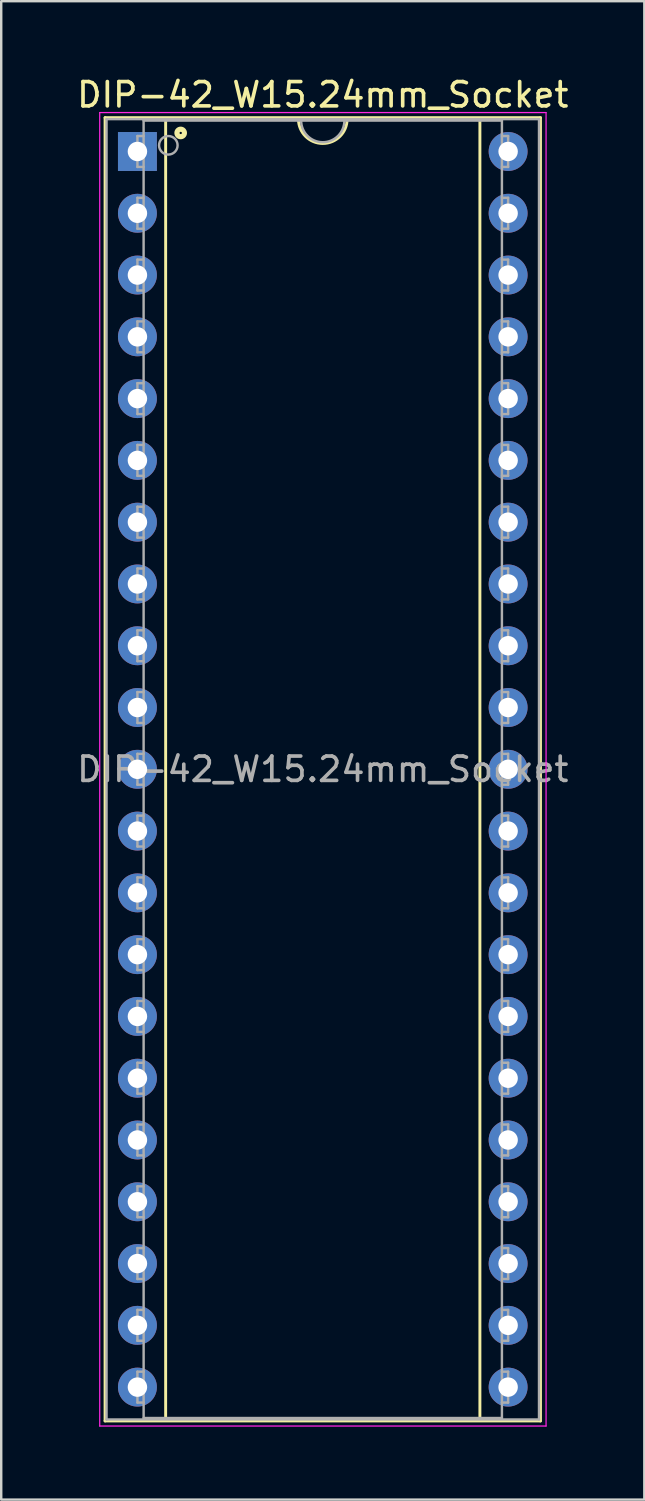
<source format=kicad_pcb>
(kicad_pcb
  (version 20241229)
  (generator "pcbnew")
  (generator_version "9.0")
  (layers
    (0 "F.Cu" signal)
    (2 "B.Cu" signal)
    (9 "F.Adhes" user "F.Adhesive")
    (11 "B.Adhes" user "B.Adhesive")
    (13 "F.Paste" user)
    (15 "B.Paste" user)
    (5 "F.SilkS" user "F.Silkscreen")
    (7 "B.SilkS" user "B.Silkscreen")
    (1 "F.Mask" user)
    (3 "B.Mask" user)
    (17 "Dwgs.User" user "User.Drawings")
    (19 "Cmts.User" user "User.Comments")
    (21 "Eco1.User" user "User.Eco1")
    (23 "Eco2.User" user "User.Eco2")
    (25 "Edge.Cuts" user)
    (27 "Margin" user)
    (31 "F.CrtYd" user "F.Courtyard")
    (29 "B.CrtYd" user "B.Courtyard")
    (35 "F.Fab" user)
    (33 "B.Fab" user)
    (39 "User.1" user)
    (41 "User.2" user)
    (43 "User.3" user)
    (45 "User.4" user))
  (footprint "DIP-42_W15.24mm_Socket"
    (layer "F.Cu")
    (at 2.6 3.178)
    (property "Reference" "DIP-42_W15.24mm_Socket" (at 7.62 -2.33 0) (layer "F.SilkS") (effects (font (size 1 1) (thickness 0.15))))
    (attr through_hole)
    (fp_line (start -1.33 -1.39) (end -1.33 52.19) (stroke (width 0.12) (type solid)) (layer "F.SilkS"))
    (fp_line (start -1.33 52.19) (end 16.57 52.19) (stroke (width 0.12) (type solid)) (layer "F.SilkS"))
    (fp_line (start 1.16 -1.33) (end 1.16 52.13) (stroke (width 0.12) (type solid)) (layer "F.SilkS"))
    (fp_line (start 1.16 52.13) (end 14.08 52.13) (stroke (width 0.12) (type solid)) (layer "F.SilkS"))
    (fp_line (start 6.62 -1.33) (end 1.16 -1.33) (stroke (width 0.12) (type solid)) (layer "F.SilkS"))
    (fp_line (start 14.08 -1.33) (end 8.62 -1.33) (stroke (width 0.12) (type solid)) (layer "F.SilkS"))
    (fp_line (start 14.08 52.13) (end 14.08 -1.33) (stroke (width 0.12) (type solid)) (layer "F.SilkS"))
    (fp_line (start 16.57 -1.39) (end -1.33 -1.39) (stroke (width 0.12) (type solid)) (layer "F.SilkS"))
    (fp_line (start 16.57 52.19) (end 16.57 -1.39) (stroke (width 0.12) (type solid)) (layer "F.SilkS"))
    (fp_arc (start 8.62 -1.33) (mid 7.62 -0.33) (end 6.62 -1.33) (stroke (width 0.12) (type solid)) (layer "F.SilkS"))
    (fp_circle (center 1.778 -0.762) (end 1.828 -0.762) (stroke (width 0.12) (type solid)) (fill no) (layer "F.SilkS"))
    (fp_circle (center 1.778 -0.762) (end 1.903 -0.762) (stroke (width 0.12) (type solid)) (fill no) (layer "F.SilkS"))
    (fp_circle (center 1.778 -0.762) (end 1.978 -0.762) (stroke (width 0.12) (type solid)) (fill no) (layer "F.SilkS"))
    (fp_line (start -1.55 -1.6) (end -1.55 52.4) (stroke (width 0.05) (type solid)) (layer "F.CrtYd"))
    (fp_line (start -1.55 52.4) (end 16.8 52.4) (stroke (width 0.05) (type solid)) (layer "F.CrtYd"))
    (fp_line (start 16.8 -1.6) (end -1.55 -1.6) (stroke (width 0.05) (type solid)) (layer "F.CrtYd"))
    (fp_line (start 16.8 52.4) (end 16.8 -1.6) (stroke (width 0.05) (type solid)) (layer "F.CrtYd"))
    (fp_line (start -1.27 -1.33) (end -1.27 52.13) (stroke (width 0.1) (type solid)) (layer "F.Fab"))
    (fp_line (start -1.27 52.13) (end 16.51 52.13) (stroke (width 0.1) (type solid)) (layer "F.Fab"))
    (fp_line (start 0 -0.635) (end 0 0.635) (stroke (width 0.1) (type solid)) (layer "F.Fab"))
    (fp_line (start 0 -0.635) (end 0.254 -0.635) (stroke (width 0.1) (type solid)) (layer "F.Fab"))
    (fp_line (start 0 0.635) (end 0.254 0.635) (stroke (width 0.1) (type solid)) (layer "F.Fab"))
    (fp_line (start 0 1.905) (end 0 3.175) (stroke (width 0.1) (type solid)) (layer "F.Fab"))
    (fp_line (start 0 1.905) (end 0.254 1.905) (stroke (width 0.1) (type solid)) (layer "F.Fab"))
    (fp_line (start 0 3.175) (end 0.254 3.175) (stroke (width 0.1) (type solid)) (layer "F.Fab"))
    (fp_line (start 0 4.445) (end 0 5.715) (stroke (width 0.1) (type solid)) (layer "F.Fab"))
    (fp_line (start 0 4.445) (end 0.254 4.445) (stroke (width 0.1) (type solid)) (layer "F.Fab"))
    (fp_line (start 0 5.715) (end 0.254 5.715) (stroke (width 0.1) (type solid)) (layer "F.Fab"))
    (fp_line (start 0 6.985) (end 0 8.255) (stroke (width 0.1) (type solid)) (layer "F.Fab"))
    (fp_line (start 0 6.985) (end 0.254 6.985) (stroke (width 0.1) (type solid)) (layer "F.Fab"))
    (fp_line (start 0 8.255) (end 0.254 8.255) (stroke (width 0.1) (type solid)) (layer "F.Fab"))
    (fp_line (start 0 9.525) (end 0 10.795) (stroke (width 0.1) (type solid)) (layer "F.Fab"))
    (fp_line (start 0 9.525) (end 0.254 9.525) (stroke (width 0.1) (type solid)) (layer "F.Fab"))
    (fp_line (start 0 10.795) (end 0.254 10.795) (stroke (width 0.1) (type solid)) (layer "F.Fab"))
    (fp_line (start 0 12.065) (end 0 13.335) (stroke (width 0.1) (type solid)) (layer "F.Fab"))
    (fp_line (start 0 12.065) (end 0.254 12.065) (stroke (width 0.1) (type solid)) (layer "F.Fab"))
    (fp_line (start 0 13.335) (end 0.254 13.335) (stroke (width 0.1) (type solid)) (layer "F.Fab"))
    (fp_line (start 0 14.605) (end 0 15.875) (stroke (width 0.1) (type solid)) (layer "F.Fab"))
    (fp_line (start 0 14.605) (end 0.254 14.605) (stroke (width 0.1) (type solid)) (layer "F.Fab"))
    (fp_line (start 0 15.875) (end 0.254 15.875) (stroke (width 0.1) (type solid)) (layer "F.Fab"))
    (fp_line (start 0 17.145) (end 0 18.415) (stroke (width 0.1) (type solid)) (layer "F.Fab"))
    (fp_line (start 0 17.145) (end 0.254 17.145) (stroke (width 0.1) (type solid)) (layer "F.Fab"))
    (fp_line (start 0 18.415) (end 0.254 18.415) (stroke (width 0.1) (type solid)) (layer "F.Fab"))
    (fp_line (start 0 19.685) (end 0 20.955) (stroke (width 0.1) (type solid)) (layer "F.Fab"))
    (fp_line (start 0 19.685) (end 0.254 19.685) (stroke (width 0.1) (type solid)) (layer "F.Fab"))
    (fp_line (start 0 20.955) (end 0.254 20.955) (stroke (width 0.1) (type solid)) (layer "F.Fab"))
    (fp_line (start 0 22.225) (end 0 23.495) (stroke (width 0.1) (type solid)) (layer "F.Fab"))
    (fp_line (start 0 22.225) (end 0.254 22.225) (stroke (width 0.1) (type solid)) (layer "F.Fab"))
    (fp_line (start 0 23.495) (end 0.254 23.495) (stroke (width 0.1) (type solid)) (layer "F.Fab"))
    (fp_line (start 0 24.765) (end 0 26.035) (stroke (width 0.1) (type solid)) (layer "F.Fab"))
    (fp_line (start 0 24.765) (end 0.254 24.765) (stroke (width 0.1) (type solid)) (layer "F.Fab"))
    (fp_line (start 0 26.035) (end 0.254 26.035) (stroke (width 0.1) (type solid)) (layer "F.Fab"))
    (fp_line (start 0 27.305) (end 0 28.575) (stroke (width 0.1) (type solid)) (layer "F.Fab"))
    (fp_line (start 0 27.305) (end 0.254 27.305) (stroke (width 0.1) (type solid)) (layer "F.Fab"))
    (fp_line (start 0 28.575) (end 0.254 28.575) (stroke (width 0.1) (type solid)) (layer "F.Fab"))
    (fp_line (start 0 29.845) (end 0 31.115) (stroke (width 0.1) (type solid)) (layer "F.Fab"))
    (fp_line (start 0 29.845) (end 0.254 29.845) (stroke (width 0.1) (type solid)) (layer "F.Fab"))
    (fp_line (start 0 31.115) (end 0.254 31.115) (stroke (width 0.1) (type solid)) (layer "F.Fab"))
    (fp_line (start 0 32.385) (end 0 33.655) (stroke (width 0.1) (type solid)) (layer "F.Fab"))
    (fp_line (start 0 32.385) (end 0.254 32.385) (stroke (width 0.1) (type solid)) (layer "F.Fab"))
    (fp_line (start 0 33.655) (end 0.254 33.655) (stroke (width 0.1) (type solid)) (layer "F.Fab"))
    (fp_line (start 0 34.925) (end 0 36.195) (stroke (width 0.1) (type solid)) (layer "F.Fab"))
    (fp_line (start 0 34.925) (end 0.254 34.925) (stroke (width 0.1) (type solid)) (layer "F.Fab"))
    (fp_line (start 0 36.195) (end 0.254 36.195) (stroke (width 0.1) (type solid)) (layer "F.Fab"))
    (fp_line (start 0 37.465) (end 0 38.735) (stroke (width 0.1) (type solid)) (layer "F.Fab"))
    (fp_line (start 0 37.465) (end 0.254 37.465) (stroke (width 0.1) (type solid)) (layer "F.Fab"))
    (fp_line (start 0 38.735) (end 0.254 38.735) (stroke (width 0.1) (type solid)) (layer "F.Fab"))
    (fp_line (start 0 40.005) (end 0 41.275) (stroke (width 0.1) (type solid)) (layer "F.Fab"))
    (fp_line (start 0 40.005) (end 0.254 40.005) (stroke (width 0.1) (type solid)) (layer "F.Fab"))
    (fp_line (start 0 41.275) (end 0.254 41.275) (stroke (width 0.1) (type solid)) (layer "F.Fab"))
    (fp_line (start 0 42.545) (end 0 43.815) (stroke (width 0.1) (type solid)) (layer "F.Fab"))
    (fp_line (start 0 42.545) (end 0.254 42.545) (stroke (width 0.1) (type solid)) (layer "F.Fab"))
    (fp_line (start 0 43.815) (end 0.254 43.815) (stroke (width 0.1) (type solid)) (layer "F.Fab"))
    (fp_line (start 0 45.085) (end 0 46.355) (stroke (width 0.1) (type solid)) (layer "F.Fab"))
    (fp_line (start 0 45.085) (end 0.254 45.085) (stroke (width 0.1) (type solid)) (layer "F.Fab"))
    (fp_line (start 0 46.355) (end 0.254 46.355) (stroke (width 0.1) (type solid)) (layer "F.Fab"))
    (fp_line (start 0 47.625) (end 0 48.895) (stroke (width 0.1) (type solid)) (layer "F.Fab"))
    (fp_line (start 0 47.625) (end 0.254 47.625) (stroke (width 0.1) (type solid)) (layer "F.Fab"))
    (fp_line (start 0 48.895) (end 0.254 48.895) (stroke (width 0.1) (type solid)) (layer "F.Fab"))
    (fp_line (start 0 50.165) (end 0 51.435) (stroke (width 0.1) (type solid)) (layer "F.Fab"))
    (fp_line (start 0 50.165) (end 0.254 50.165) (stroke (width 0.1) (type solid)) (layer "F.Fab"))
    (fp_line (start 0 51.435) (end 0.254 51.435) (stroke (width 0.1) (type solid)) (layer "F.Fab"))
    (fp_line (start 0.254 -1.27) (end 14.985 -1.27) (stroke (width 0.1) (type solid)) (layer "F.Fab"))
    (fp_line (start 0.255 52.07) (end 0.254 -1.27) (stroke (width 0.1) (type solid)) (layer "F.Fab"))
    (fp_line (start 14.985 -1.27) (end 14.985 52.07) (stroke (width 0.1) (type solid)) (layer "F.Fab"))
    (fp_line (start 14.985 52.07) (end 0.255 52.07) (stroke (width 0.1) (type solid)) (layer "F.Fab"))
    (fp_line (start 15.24 -0.635) (end 14.986 -0.635) (stroke (width 0.1) (type solid)) (layer "F.Fab"))
    (fp_line (start 15.24 0.635) (end 14.986 0.635) (stroke (width 0.1) (type solid)) (layer "F.Fab"))
    (fp_line (start 15.24 0.635) (end 15.24 -0.635) (stroke (width 0.1) (type solid)) (layer "F.Fab"))
    (fp_line (start 15.24 1.905) (end 14.986 1.905) (stroke (width 0.1) (type solid)) (layer "F.Fab"))
    (fp_line (start 15.24 3.175) (end 14.986 3.175) (stroke (width 0.1) (type solid)) (layer "F.Fab"))
    (fp_line (start 15.24 3.175) (end 15.24 1.905) (stroke (width 0.1) (type solid)) (layer "F.Fab"))
    (fp_line (start 15.24 4.445) (end 14.986 4.445) (stroke (width 0.1) (type solid)) (layer "F.Fab"))
    (fp_line (start 15.24 5.715) (end 14.986 5.715) (stroke (width 0.1) (type solid)) (layer "F.Fab"))
    (fp_line (start 15.24 5.715) (end 15.24 4.445) (stroke (width 0.1) (type solid)) (layer "F.Fab"))
    (fp_line (start 15.24 6.985) (end 14.986 6.985) (stroke (width 0.1) (type solid)) (layer "F.Fab"))
    (fp_line (start 15.24 8.255) (end 14.986 8.255) (stroke (width 0.1) (type solid)) (layer "F.Fab"))
    (fp_line (start 15.24 8.255) (end 15.24 6.985) (stroke (width 0.1) (type solid)) (layer "F.Fab"))
    (fp_line (start 15.24 9.525) (end 14.986 9.525) (stroke (width 0.1) (type solid)) (layer "F.Fab"))
    (fp_line (start 15.24 10.795) (end 14.986 10.795) (stroke (width 0.1) (type solid)) (layer "F.Fab"))
    (fp_line (start 15.24 10.795) (end 15.24 9.525) (stroke (width 0.1) (type solid)) (layer "F.Fab"))
    (fp_line (start 15.24 12.065) (end 14.986 12.065) (stroke (width 0.1) (type solid)) (layer "F.Fab"))
    (fp_line (start 15.24 13.335) (end 14.986 13.335) (stroke (width 0.1) (type solid)) (layer "F.Fab"))
    (fp_line (start 15.24 13.335) (end 15.24 12.065) (stroke (width 0.1) (type solid)) (layer "F.Fab"))
    (fp_line (start 15.24 14.605) (end 14.986 14.605) (stroke (width 0.1) (type solid)) (layer "F.Fab"))
    (fp_line (start 15.24 15.875) (end 14.986 15.875) (stroke (width 0.1) (type solid)) (layer "F.Fab"))
    (fp_line (start 15.24 15.875) (end 15.24 14.605) (stroke (width 0.1) (type solid)) (layer "F.Fab"))
    (fp_line (start 15.24 17.145) (end 14.986 17.145) (stroke (width 0.1) (type solid)) (layer "F.Fab"))
    (fp_line (start 15.24 18.415) (end 14.986 18.415) (stroke (width 0.1) (type solid)) (layer "F.Fab"))
    (fp_line (start 15.24 18.415) (end 15.24 17.145) (stroke (width 0.1) (type solid)) (layer "F.Fab"))
    (fp_line (start 15.24 19.685) (end 14.986 19.685) (stroke (width 0.1) (type solid)) (layer "F.Fab"))
    (fp_line (start 15.24 20.955) (end 14.986 20.955) (stroke (width 0.1) (type solid)) (layer "F.Fab"))
    (fp_line (start 15.24 20.955) (end 15.24 19.685) (stroke (width 0.1) (type solid)) (layer "F.Fab"))
    (fp_line (start 15.24 22.225) (end 14.986 22.225) (stroke (width 0.1) (type solid)) (layer "F.Fab"))
    (fp_line (start 15.24 23.495) (end 14.986 23.495) (stroke (width 0.1) (type solid)) (layer "F.Fab"))
    (fp_line (start 15.24 23.495) (end 15.24 22.225) (stroke (width 0.1) (type solid)) (layer "F.Fab"))
    (fp_line (start 15.24 24.765) (end 14.986 24.765) (stroke (width 0.1) (type solid)) (layer "F.Fab"))
    (fp_line (start 15.24 26.035) (end 14.986 26.035) (stroke (width 0.1) (type solid)) (layer "F.Fab"))
    (fp_line (start 15.24 26.035) (end 15.24 24.765) (stroke (width 0.1) (type solid)) (layer "F.Fab"))
    (fp_line (start 15.24 27.305) (end 14.986 27.305) (stroke (width 0.1) (type solid)) (layer "F.Fab"))
    (fp_line (start 15.24 28.575) (end 14.986 28.575) (stroke (width 0.1) (type solid)) (layer "F.Fab"))
    (fp_line (start 15.24 28.575) (end 15.24 27.305) (stroke (width 0.1) (type solid)) (layer "F.Fab"))
    (fp_line (start 15.24 29.845) (end 14.986 29.845) (stroke (width 0.1) (type solid)) (layer "F.Fab"))
    (fp_line (start 15.24 31.115) (end 14.986 31.115) (stroke (width 0.1) (type solid)) (layer "F.Fab"))
    (fp_line (start 15.24 31.115) (end 15.24 29.845) (stroke (width 0.1) (type solid)) (layer "F.Fab"))
    (fp_line (start 15.24 32.385) (end 14.986 32.385) (stroke (width 0.1) (type solid)) (layer "F.Fab"))
    (fp_line (start 15.24 33.655) (end 14.986 33.655) (stroke (width 0.1) (type solid)) (layer "F.Fab"))
    (fp_line (start 15.24 33.655) (end 15.24 32.385) (stroke (width 0.1) (type solid)) (layer "F.Fab"))
    (fp_line (start 15.24 34.925) (end 14.986 34.925) (stroke (width 0.1) (type solid)) (layer "F.Fab"))
    (fp_line (start 15.24 36.195) (end 14.986 36.195) (stroke (width 0.1) (type solid)) (layer "F.Fab"))
    (fp_line (start 15.24 36.195) (end 15.24 34.925) (stroke (width 0.1) (type solid)) (layer "F.Fab"))
    (fp_line (start 15.24 37.465) (end 14.986 37.465) (stroke (width 0.1) (type solid)) (layer "F.Fab"))
    (fp_line (start 15.24 38.735) (end 14.986 38.735) (stroke (width 0.1) (type solid)) (layer "F.Fab"))
    (fp_line (start 15.24 38.735) (end 15.24 37.465) (stroke (width 0.1) (type solid)) (layer "F.Fab"))
    (fp_line (start 15.24 40.005) (end 14.986 40.005) (stroke (width 0.1) (type solid)) (layer "F.Fab"))
    (fp_line (start 15.24 41.275) (end 14.986 41.275) (stroke (width 0.1) (type solid)) (layer "F.Fab"))
    (fp_line (start 15.24 41.275) (end 15.24 40.005) (stroke (width 0.1) (type solid)) (layer "F.Fab"))
    (fp_line (start 15.24 42.545) (end 14.986 42.545) (stroke (width 0.1) (type solid)) (layer "F.Fab"))
    (fp_line (start 15.24 43.815) (end 14.986 43.815) (stroke (width 0.1) (type solid)) (layer "F.Fab"))
    (fp_line (start 15.24 43.815) (end 15.24 42.545) (stroke (width 0.1) (type solid)) (layer "F.Fab"))
    (fp_line (start 15.24 45.085) (end 14.986 45.085) (stroke (width 0.1) (type solid)) (layer "F.Fab"))
    (fp_line (start 15.24 46.355) (end 14.986 46.355) (stroke (width 0.1) (type solid)) (layer "F.Fab"))
    (fp_line (start 15.24 46.355) (end 15.24 45.085) (stroke (width 0.1) (type solid)) (layer "F.Fab"))
    (fp_line (start 15.24 47.625) (end 14.986 47.625) (stroke (width 0.1) (type solid)) (layer "F.Fab"))
    (fp_line (start 15.24 48.895) (end 14.986 48.895) (stroke (width 0.1) (type solid)) (layer "F.Fab"))
    (fp_line (start 15.24 48.895) (end 15.24 47.625) (stroke (width 0.1) (type solid)) (layer "F.Fab"))
    (fp_line (start 15.24 50.165) (end 14.986 50.165) (stroke (width 0.1) (type solid)) (layer "F.Fab"))
    (fp_line (start 15.24 51.435) (end 14.986 51.435) (stroke (width 0.1) (type solid)) (layer "F.Fab"))
    (fp_line (start 15.24 51.435) (end 15.24 50.165) (stroke (width 0.1) (type solid)) (layer "F.Fab"))
    (fp_line (start 16.51 -1.33) (end -1.27 -1.33) (stroke (width 0.1) (type solid)) (layer "F.Fab"))
    (fp_line (start 16.51 52.13) (end 16.51 -1.33) (stroke (width 0.1) (type solid)) (layer "F.Fab"))
    (fp_arc (start 8.509 -1.27) (mid 7.62 -0.381) (end 6.731 -1.27) (stroke (width 0.1) (type solid)) (layer "F.Fab"))
    (fp_circle (center 1.27 -0.254) (end 1.651 -0.254) (stroke (width 0.1) (type solid)) (fill no) (layer "F.Fab"))
    (fp_text user "${REFERENCE}" (at 7.62 25.4 0) (layer "F.Fab") (effects (font (size 1 1) (thickness 0.15))))
    (pad "1" thru_hole rect (at 0 0) (size 1.6 1.6) (drill 0.8) (layers "*.Cu" "*.Mask"))
    (pad "2" thru_hole oval (at 0 2.54) (size 1.6 1.6) (drill 0.8) (layers "*.Cu" "*.Mask"))
    (pad "3" thru_hole oval (at 0 5.08) (size 1.6 1.6) (drill 0.8) (layers "*.Cu" "*.Mask"))
    (pad "4" thru_hole oval (at 0 7.62) (size 1.6 1.6) (drill 0.8) (layers "*.Cu" "*.Mask"))
    (pad "5" thru_hole oval (at 0 10.16) (size 1.6 1.6) (drill 0.8) (layers "*.Cu" "*.Mask"))
    (pad "6" thru_hole oval (at 0 12.7) (size 1.6 1.6) (drill 0.8) (layers "*.Cu" "*.Mask"))
    (pad "7" thru_hole oval (at 0 15.24) (size 1.6 1.6) (drill 0.8) (layers "*.Cu" "*.Mask"))
    (pad "8" thru_hole oval (at 0 17.78) (size 1.6 1.6) (drill 0.8) (layers "*.Cu" "*.Mask"))
    (pad "9" thru_hole oval (at 0 20.32) (size 1.6 1.6) (drill 0.8) (layers "*.Cu" "*.Mask"))
    (pad "10" thru_hole oval (at 0 22.86) (size 1.6 1.6) (drill 0.8) (layers "*.Cu" "*.Mask"))
    (pad "11" thru_hole oval (at 0 25.4) (size 1.6 1.6) (drill 0.8) (layers "*.Cu" "*.Mask"))
    (pad "12" thru_hole oval (at 0 27.94) (size 1.6 1.6) (drill 0.8) (layers "*.Cu" "*.Mask"))
    (pad "13" thru_hole oval (at 0 30.48) (size 1.6 1.6) (drill 0.8) (layers "*.Cu" "*.Mask"))
    (pad "14" thru_hole oval (at 0 33.02) (size 1.6 1.6) (drill 0.8) (layers "*.Cu" "*.Mask"))
    (pad "15" thru_hole oval (at 0 35.56) (size 1.6 1.6) (drill 0.8) (layers "*.Cu" "*.Mask"))
    (pad "16" thru_hole oval (at 0 38.1) (size 1.6 1.6) (drill 0.8) (layers "*.Cu" "*.Mask"))
    (pad "17" thru_hole oval (at 0 40.64) (size 1.6 1.6) (drill 0.8) (layers "*.Cu" "*.Mask"))
    (pad "18" thru_hole oval (at 0 43.18) (size 1.6 1.6) (drill 0.8) (layers "*.Cu" "*.Mask"))
    (pad "19" thru_hole oval (at 0 45.72) (size 1.6 1.6) (drill 0.8) (layers "*.Cu" "*.Mask"))
    (pad "20" thru_hole oval (at 0 48.26) (size 1.6 1.6) (drill 0.8) (layers "*.Cu" "*.Mask"))
    (pad "21" thru_hole oval (at 0 50.8) (size 1.6 1.6) (drill 0.8) (layers "*.Cu" "*.Mask"))
    (pad "22" thru_hole oval (at 15.24 50.8) (size 1.6 1.6) (drill 0.8) (layers "*.Cu" "*.Mask"))
    (pad "23" thru_hole oval (at 15.24 48.26) (size 1.6 1.6) (drill 0.8) (layers "*.Cu" "*.Mask"))
    (pad "24" thru_hole oval (at 15.24 45.72) (size 1.6 1.6) (drill 0.8) (layers "*.Cu" "*.Mask"))
    (pad "25" thru_hole oval (at 15.24 43.18) (size 1.6 1.6) (drill 0.8) (layers "*.Cu" "*.Mask"))
    (pad "26" thru_hole oval (at 15.24 40.64) (size 1.6 1.6) (drill 0.8) (layers "*.Cu" "*.Mask"))
    (pad "27" thru_hole oval (at 15.24 38.1) (size 1.6 1.6) (drill 0.8) (layers "*.Cu" "*.Mask"))
    (pad "28" thru_hole oval (at 15.24 35.56) (size 1.6 1.6) (drill 0.8) (layers "*.Cu" "*.Mask"))
    (pad "29" thru_hole oval (at 15.24 33.02) (size 1.6 1.6) (drill 0.8) (layers "*.Cu" "*.Mask"))
    (pad "30" thru_hole oval (at 15.24 30.48) (size 1.6 1.6) (drill 0.8) (layers "*.Cu" "*.Mask"))
    (pad "31" thru_hole oval (at 15.24 27.94) (size 1.6 1.6) (drill 0.8) (layers "*.Cu" "*.Mask"))
    (pad "32" thru_hole oval (at 15.24 25.4) (size 1.6 1.6) (drill 0.8) (layers "*.Cu" "*.Mask"))
    (pad "33" thru_hole oval (at 15.24 22.86) (size 1.6 1.6) (drill 0.8) (layers "*.Cu" "*.Mask"))
    (pad "34" thru_hole oval (at 15.24 20.32) (size 1.6 1.6) (drill 0.8) (layers "*.Cu" "*.Mask"))
    (pad "35" thru_hole oval (at 15.24 17.78) (size 1.6 1.6) (drill 0.8) (layers "*.Cu" "*.Mask"))
    (pad "36" thru_hole oval (at 15.24 15.24) (size 1.6 1.6) (drill 0.8) (layers "*.Cu" "*.Mask"))
    (pad "37" thru_hole oval (at 15.24 12.7) (size 1.6 1.6) (drill 0.8) (layers "*.Cu" "*.Mask"))
    (pad "38" thru_hole oval (at 15.24 10.16) (size 1.6 1.6) (drill 0.8) (layers "*.Cu" "*.Mask"))
    (pad "39" thru_hole oval (at 15.24 7.62) (size 1.6 1.6) (drill 0.8) (layers "*.Cu" "*.Mask"))
    (pad "40" thru_hole oval (at 15.24 5.08) (size 1.6 1.6) (drill 0.8) (layers "*.Cu" "*.Mask"))
    (pad "41" thru_hole oval (at 15.24 2.54) (size 1.6 1.6) (drill 0.8) (layers "*.Cu" "*.Mask"))
    (pad "42" thru_hole oval (at 15.24 0) (size 1.6 1.6) (drill 0.8) (layers "*.Cu" "*.Mask")))
  (gr_rect
    (start -3 -3)
    (end 23.44 58.603)
    (stroke (width 0.1) (type default))
    (fill no)
    (layer "Edge.Cuts")))
</source>
